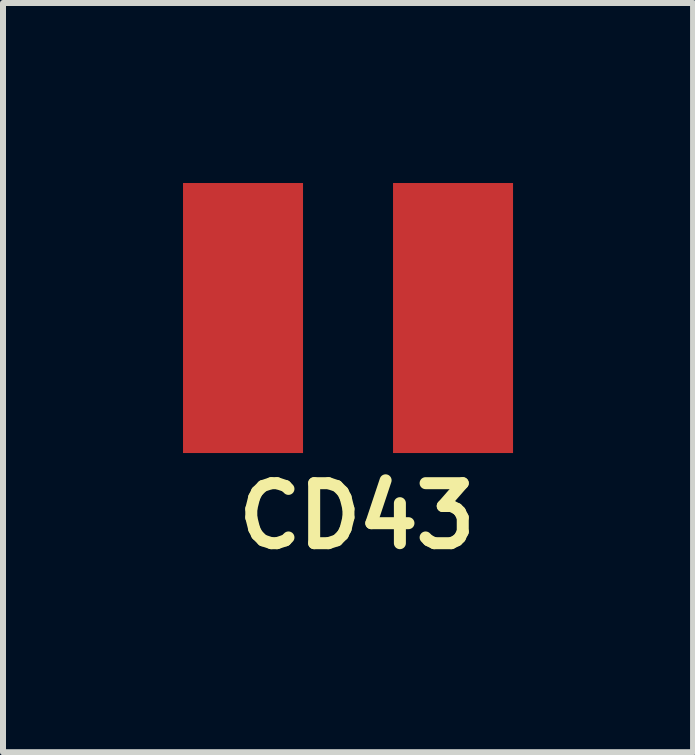
<source format=kicad_pcb>
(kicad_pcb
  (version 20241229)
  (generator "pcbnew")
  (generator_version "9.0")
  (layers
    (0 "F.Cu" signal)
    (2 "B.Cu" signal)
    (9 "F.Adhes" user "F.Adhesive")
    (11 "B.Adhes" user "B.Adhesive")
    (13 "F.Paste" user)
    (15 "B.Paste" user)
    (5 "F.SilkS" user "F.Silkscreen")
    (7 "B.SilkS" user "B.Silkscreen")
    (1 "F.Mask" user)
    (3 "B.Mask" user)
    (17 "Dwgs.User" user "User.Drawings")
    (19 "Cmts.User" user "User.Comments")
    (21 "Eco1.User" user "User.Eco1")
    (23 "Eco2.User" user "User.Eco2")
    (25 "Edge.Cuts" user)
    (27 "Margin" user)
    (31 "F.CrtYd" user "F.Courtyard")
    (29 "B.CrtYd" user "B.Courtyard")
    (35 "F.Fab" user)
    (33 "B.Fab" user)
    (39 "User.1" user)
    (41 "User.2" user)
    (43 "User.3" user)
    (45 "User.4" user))
  (footprint "CD43"
    (layer "F.Cu")
    (at 1 2.25)
    (property "Reference" "CD43" (at 1.9 3.3 0) (layer "F.SilkS") (effects (font (size 1 1) (thickness 0.2))))
    (attr through_hole)
    (pad "1" smd rect (at 0 0) (size 2 4.5) (layers "F.Cu" "F.Mask" "F.Paste"))
    (pad "2" smd rect (at 3.5 0) (size 2 4.5) (layers "F.Cu" "F.Mask" "F.Paste")))
  (gr_rect
    (start -3 -3)
    (end 8.5 9.486)
    (stroke (width 0.1) (type default))
    (fill no)
    (layer "Edge.Cuts")))
</source>
